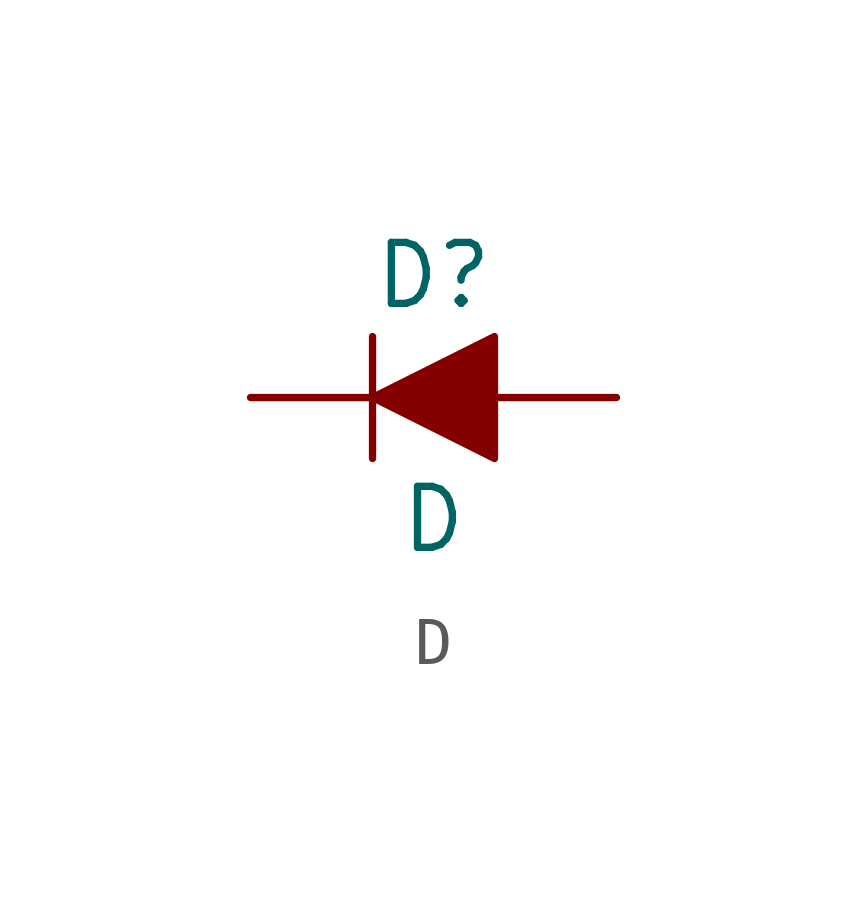
<source format=kicad_sym>
(kicad_symbol_lib
  (version 20220914)
  (generator kicad_symbol_editor)
  (symbol "D"
    (pin_numbers hide)
    (pin_names
      (offset 1.016) hide)
    (property "Reference" "D"
      (at 0 2.54 0)
      (effects (font (size 1.27 1.27))))
    (property "Value" "D"
      (at 0 -2.54 0)
      (effects (font (size 1.27 1.27))))
    (symbol "D_1_1"
      (polyline (pts (xy -1.27 1.27) (xy -1.27 -1.27)) (stroke (width 0.152) (type default)) (fill (type none)))
      (polyline (pts (xy 1.27 1.27) (xy -1.27 0) (xy 1.27 -1.27) (xy 1.27 1.27)) (stroke (width 0) (type default)) (fill (type outline)))
      (pin passive line (at -3.81 0 0) (length 2.54) (name "K" (effects (font (size 1.016 1.016)))) (number "1" (effects (font (size 1.016 1.016)))))
      (pin passive line (at 3.81 0 180) (length 2.54) (name "A" (effects (font (size 1.016 1.016)))) (number "2" (effects (font (size 1.016 1.016))))))))
</source>
